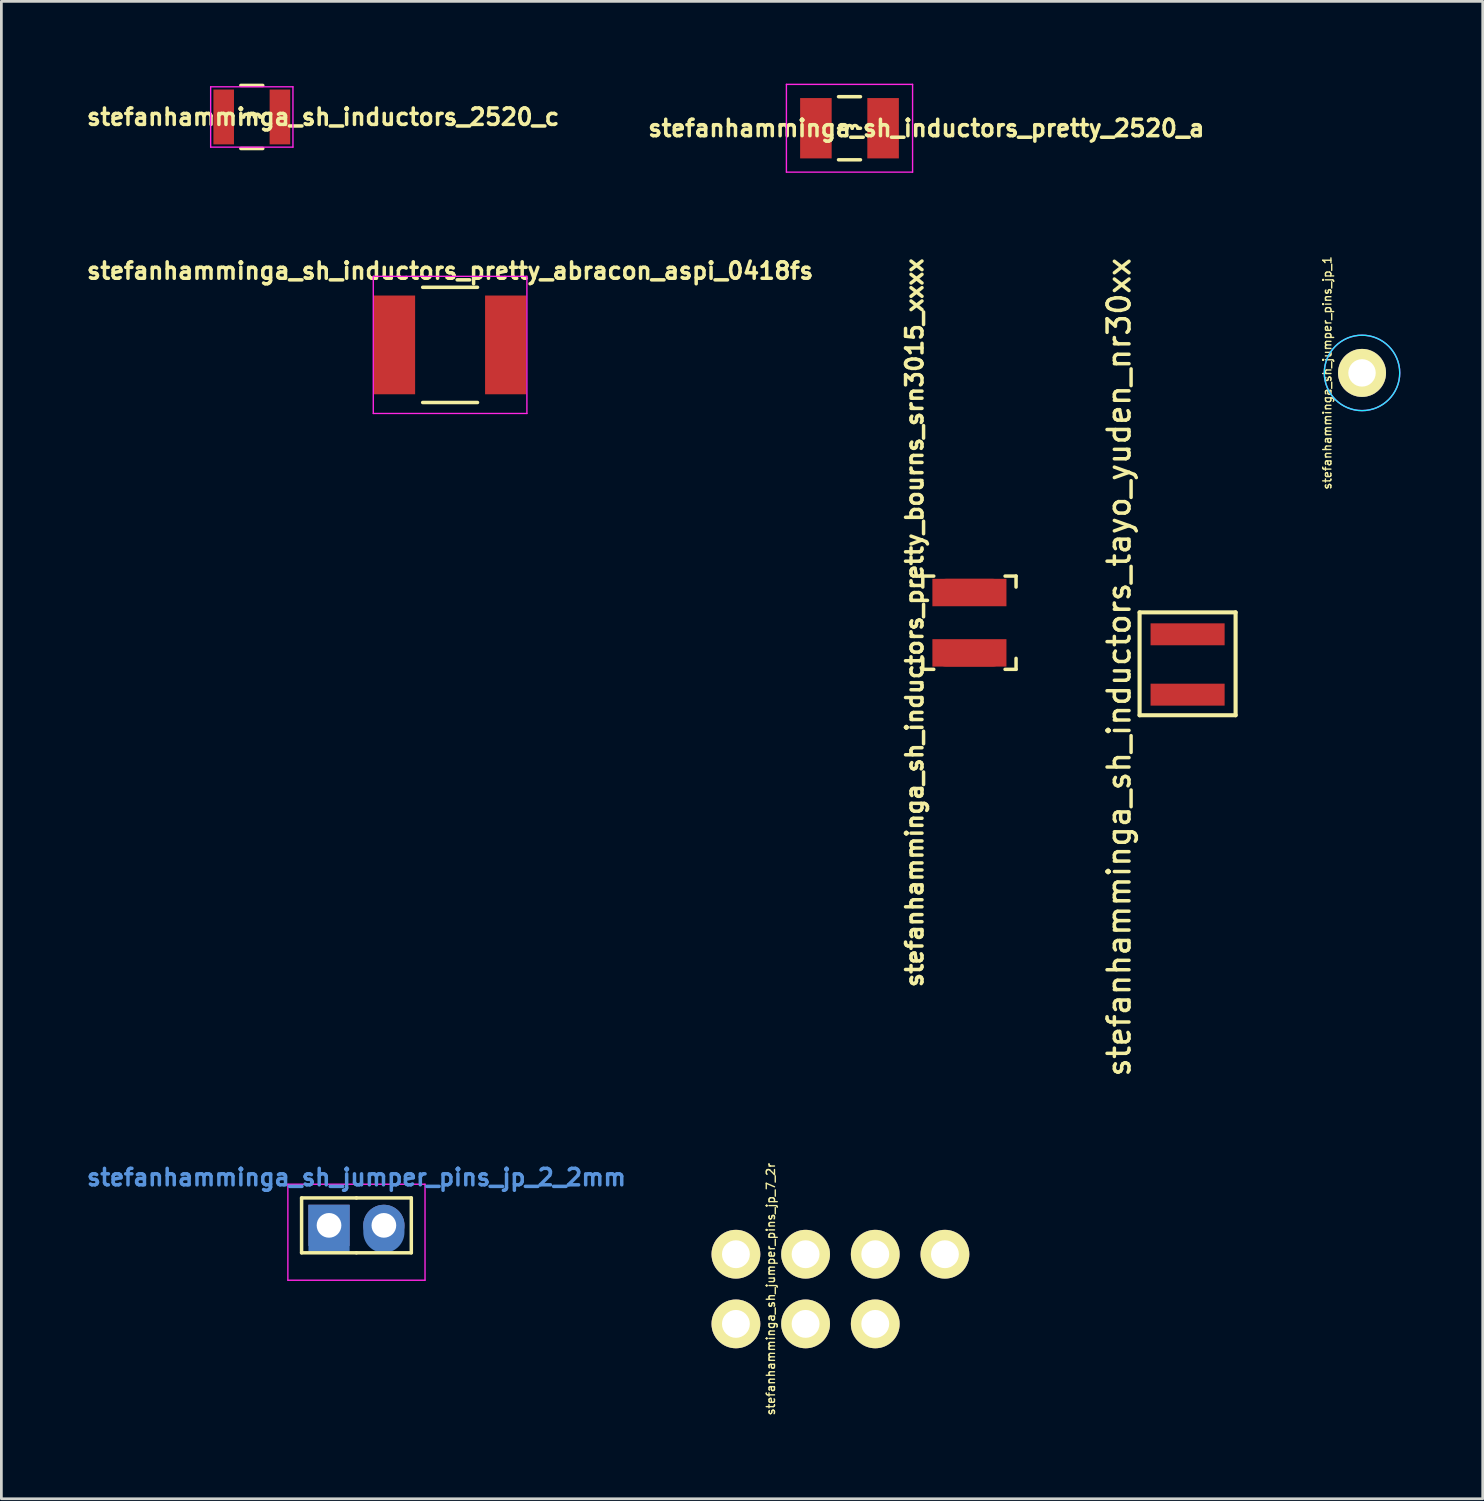
<source format=kicad_pcb>
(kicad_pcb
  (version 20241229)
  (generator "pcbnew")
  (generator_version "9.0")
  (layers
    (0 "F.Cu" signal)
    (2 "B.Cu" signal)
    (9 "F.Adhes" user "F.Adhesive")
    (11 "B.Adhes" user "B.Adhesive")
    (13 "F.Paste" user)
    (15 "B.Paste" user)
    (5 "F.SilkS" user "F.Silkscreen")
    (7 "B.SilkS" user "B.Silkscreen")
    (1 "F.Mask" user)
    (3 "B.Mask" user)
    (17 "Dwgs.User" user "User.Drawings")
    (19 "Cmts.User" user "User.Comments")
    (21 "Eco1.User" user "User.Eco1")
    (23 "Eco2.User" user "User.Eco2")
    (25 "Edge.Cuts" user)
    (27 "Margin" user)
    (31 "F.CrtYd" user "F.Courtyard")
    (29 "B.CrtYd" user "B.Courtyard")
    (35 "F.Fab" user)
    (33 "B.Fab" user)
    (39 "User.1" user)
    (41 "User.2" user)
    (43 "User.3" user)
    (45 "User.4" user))
  (footprint "stefanhamminga_sh_inductors_pretty_bourns_srn3015_xxxx"
    (layer "F.Cu")
    (at 32.292 19.652)
    (property "Reference" "stefanhamminga_sh_inductors_pretty_bourns_srn3015_xxxx" (at -2 0 90) (layer "F.SilkS") (effects (font (size 0.6 0.6) (thickness 0.127))))
    (attr smd)
    (fp_line (start -1.7 -1.7) (end -1.3 -1.7) (stroke (width 0.127) (type solid)) (layer "F.SilkS"))
    (fp_line (start -1.7 -1.3) (end -1.7 -1.7) (stroke (width 0.127) (type solid)) (layer "F.SilkS"))
    (fp_line (start -1.7 1.7) (end -1.7 1.3) (stroke (width 0.127) (type solid)) (layer "F.SilkS"))
    (fp_line (start -1.7 1.7) (end -1.3 1.7) (stroke (width 0.127) (type solid)) (layer "F.SilkS"))
    (fp_line (start 1.3 -1.7) (end 1.7 -1.7) (stroke (width 0.127) (type solid)) (layer "F.SilkS"))
    (fp_line (start 1.7 -1.7) (end 1.7 -1.3) (stroke (width 0.127) (type solid)) (layer "F.SilkS"))
    (fp_line (start 1.7 1.7) (end 1.3 1.7) (stroke (width 0.127) (type solid)) (layer "F.SilkS"))
    (fp_line (start 1.7 1.7) (end 1.7 1.3) (stroke (width 0.127) (type solid)) (layer "F.SilkS"))
    (pad "1" smd rect (at 0 1.1) (size 2.7 1) (layers "F.Cu" "F.Mask"))
    (pad "1" smd oval (at 0 1.2) (size 2.5 0.8) (layers "F.Cu" "F.Paste"))
    (pad "2" smd oval (at 0 -1.2) (size 2.5 0.8) (layers "F.Cu" "F.Paste"))
    (pad "2" smd rect (at 0 -1.1) (size 2.7 1) (layers "F.Cu" "F.Mask")))
  (footprint "stefanhamminga_sh_inductors_pretty_2520_a"
    (layer "F.Cu")
    (at 27.92 1.625)
    (property "Reference" "stefanhamminga_sh_inductors_pretty_2520_a" (at 2.8 0 0) (layer "F.SilkS") (effects (font (size 0.6 0.6) (thickness 0.127))))
    (attr smd)
    (fp_line (start -0.4 -1.15) (end 0.4 -1.15) (stroke (width 0.127) (type solid)) (layer "F.SilkS"))
    (fp_line (start -0.4 1.15) (end 0.4 1.15) (stroke (width 0.127) (type solid)) (layer "F.SilkS"))
    (fp_line (start -0.3 0) (end -0.4 0) (stroke (width 0.127) (type solid)) (layer "F.SilkS"))
    (fp_line (start 0.3 0) (end 0.4 0) (stroke (width 0.127) (type solid)) (layer "F.SilkS"))
    (fp_arc (start -0.3 0) (mid -0.2 -0.1) (end -0.1 0) (stroke (width 0.127) (type solid)) (layer "F.SilkS"))
    (fp_arc (start -0.1 0) (mid 0 -0.1) (end 0.1 0) (stroke (width 0.127) (type solid)) (layer "F.SilkS"))
    (fp_arc (start 0.1 0) (mid 0.2 -0.1) (end 0.3 0) (stroke (width 0.127) (type solid)) (layer "F.SilkS"))
    (fp_line (start -2.3 -1.6) (end 2.3 -1.6) (stroke (width 0.05) (type solid)) (layer "F.CrtYd"))
    (fp_line (start -2.3 1.6) (end -2.3 -1.6) (stroke (width 0.05) (type solid)) (layer "F.CrtYd"))
    (fp_line (start 2.3 -1.6) (end 2.3 1.6) (stroke (width 0.05) (type solid)) (layer "F.CrtYd"))
    (fp_line (start 2.3 1.6) (end -2.3 1.6) (stroke (width 0.05) (type solid)) (layer "F.CrtYd"))
    (pad "1" smd rect (at -1.225 0) (size 1.15 2.2) (layers "F.Cu" "F.Mask" "F.Paste"))
    (pad "2" smd rect (at 1.225 0) (size 1.15 2.2) (layers "F.Cu" "F.Mask" "F.Paste")))
  (footprint "stefanhamminga_sh_inductors_2520_c"
    (layer "F.Cu")
    (at 6.13 1.214)
    (property "Reference" "stefanhamminga_sh_inductors_2520_c" (at 2.6 0 0) (layer "F.SilkS") (effects (font (size 0.6 0.6) (thickness 0.127))))
    (attr smd)
    (fp_line (start -0.4 -1.15) (end 0.4 -1.15) (stroke (width 0.127) (type solid)) (layer "F.SilkS"))
    (fp_line (start -0.4 1.15) (end 0.4 1.15) (stroke (width 0.127) (type solid)) (layer "F.SilkS"))
    (fp_line (start -0.3 0) (end -0.4 0) (stroke (width 0.127) (type solid)) (layer "F.SilkS"))
    (fp_line (start 0.3 0) (end 0.4 0) (stroke (width 0.127) (type solid)) (layer "F.SilkS"))
    (fp_arc (start -0.3 0) (mid -0.2 -0.1) (end -0.1 0) (stroke (width 0.127) (type solid)) (layer "F.SilkS"))
    (fp_arc (start -0.1 0) (mid 0 -0.1) (end 0.1 0) (stroke (width 0.127) (type solid)) (layer "F.SilkS"))
    (fp_arc (start 0.1 0) (mid 0.2 -0.1) (end 0.3 0) (stroke (width 0.127) (type solid)) (layer "F.SilkS"))
    (fp_line (start -1.5 -1.1) (end 1.5 -1.1) (stroke (width 0.05) (type solid)) (layer "F.CrtYd"))
    (fp_line (start -1.5 1.1) (end -1.5 -1.1) (stroke (width 0.05) (type solid)) (layer "F.CrtYd"))
    (fp_line (start 1.5 -1.1) (end 1.5 1.1) (stroke (width 0.05) (type solid)) (layer "F.CrtYd"))
    (fp_line (start 1.5 1.1) (end -1.5 1.1) (stroke (width 0.05) (type solid)) (layer "F.CrtYd"))
    (pad "1" smd rect (at -1.025 0) (size 0.75 2) (layers "F.Cu" "F.Mask" "F.Paste"))
    (pad "2" smd rect (at 1.025 0) (size 0.75 2) (layers "F.Cu" "F.Mask" "F.Paste")))
  (footprint "stefanhamminga_sh_jumper_pins_jp_2_2mm"
    (layer "F.Cu")
    (at 9.945 41.623)
    (property "Reference" "stefanhamminga_sh_jumper_pins_jp_2_2mm" (at 0 -1.75 0) (layer "Cmts.User") (effects (font (size 0.6 0.6) (thickness 0.127))))
    (attr through_hole)
    (fp_line (start -2 -1) (end 0 -1) (stroke (width 0.127) (type solid)) (layer "F.SilkS"))
    (fp_line (start -2 1) (end -2 -1) (stroke (width 0.127) (type solid)) (layer "F.SilkS"))
    (fp_line (start 0 1) (end -2 1) (stroke (width 0.127) (type solid)) (layer "F.SilkS"))
    (fp_line (start 0 1) (end 2 1) (stroke (width 0.127) (type solid)) (layer "F.SilkS"))
    (fp_line (start 2 -1) (end 0 -1) (stroke (width 0.127) (type solid)) (layer "F.SilkS"))
    (fp_line (start 2 -1) (end 2 1) (stroke (width 0.127) (type solid)) (layer "F.SilkS"))
    (fp_line (start -2.5 2) (end -2.5 -1.5) (stroke (width 0.05) (type solid)) (layer "F.CrtYd"))
    (fp_line (start 2.5 -1.5) (end -2.5 -1.5) (stroke (width 0.05) (type solid)) (layer "F.CrtYd"))
    (fp_line (start 2.5 -1.5) (end 2.5 2) (stroke (width 0.05) (type solid)) (layer "F.CrtYd"))
    (fp_line (start 2.5 2) (end -2.5 2) (stroke (width 0.05) (type solid)) (layer "F.CrtYd"))
    (pad "1" thru_hole rect (at -1 0) (size 1.5 1.5) (drill 0.9) (layers "*.Cu" "*.Mask"))
    (pad "1" connect rect (at -1 0.125) (size 1.5 1.75) (layers "B.Cu" "B.Mask"))
    (pad "2" thru_hole circle (at 1 0) (size 1.5 1.5) (drill 0.9) (layers "*.Cu" "*.Mask"))
    (pad "2" connect oval (at 1 0.125) (size 1.5 1.75) (layers "B.Cu" "B.Mask")))
  (footprint "stefanhamminga_sh_jumper_pins_jp_1"
    (layer "F.Cu")
    (at 46.605 10.545)
    (property "Reference" "stefanhamminga_sh_jumper_pins_jp_1" (at -1.27 0 90) (layer "F.SilkS") (effects (font (size 0.3 0.3) (thickness 0.05))))
    (attr through_hole)
    (fp_circle (center 0 0) (end 1.375 0) (stroke (width 0.05) (type solid)) (fill no) (layer "B.CrtYd"))
    (fp_circle (center 0 0) (end 1.375 0) (stroke (width 0.05) (type solid)) (fill no) (layer "F.CrtYd"))
    (pad "1" thru_hole circle (at 0 0) (size 1.75 1.75) (drill 1) (layers "*.Cu" "*.Mask" "F.SilkS")))
  (footprint "stefanhamminga_sh_inductors_pretty_abracon_aspi_0418fs"
    (layer "F.Cu")
    (at 13.359 9.524)
    (property "Reference" "stefanhamminga_sh_inductors_pretty_abracon_aspi_0418fs" (at 0 -2.7 0) (layer "F.SilkS") (effects (font (size 0.6 0.6) (thickness 0.127))))
    (attr smd)
    (fp_line (start -1 -2.1) (end 1 -2.1) (stroke (width 0.127) (type solid)) (layer "F.SilkS"))
    (fp_line (start -1 2.1) (end 1 2.1) (stroke (width 0.127) (type solid)) (layer "F.SilkS"))
    (fp_line (start -2.8 -2.5) (end -2.8 2.5) (stroke (width 0.05) (type solid)) (layer "F.CrtYd"))
    (fp_line (start -2.8 2.5) (end 2.8 2.5) (stroke (width 0.05) (type solid)) (layer "F.CrtYd"))
    (fp_line (start 2.8 -2.5) (end -2.8 -2.5) (stroke (width 0.05) (type solid)) (layer "F.CrtYd"))
    (fp_line (start 2.8 2.5) (end 2.8 -2.5) (stroke (width 0.05) (type solid)) (layer "F.CrtYd"))
    (pad "1" smd rect (at -2.025 0) (size 1.5 3.6) (layers "F.Cu" "F.Mask" "F.Paste"))
    (pad "2" smd rect (at 2.025 0) (size 1.5 3.6) (layers "F.Cu" "F.Mask" "F.Paste")))
  (footprint "stefanhamminga_sh_inductors_tayo_yuden_nr30xx"
    (layer "F.Cu")
    (at 40.246 22.275)
    (property "Reference" "stefanhamminga_sh_inductors_tayo_yuden_nr30xx" (at -2.5 -1 270) (layer "F.SilkS") (effects (font (size 0.8 0.8) (thickness 0.127))))
    (attr smd)
    (fp_line (start -1.75 -3) (end 1.75 -3) (stroke (width 0.15) (type solid)) (layer "F.SilkS"))
    (fp_line (start -1.75 0.75) (end -1.75 -3) (stroke (width 0.15) (type solid)) (layer "F.SilkS"))
    (fp_line (start 1.75 -3) (end 1.75 0.75) (stroke (width 0.15) (type solid)) (layer "F.SilkS"))
    (fp_line (start 1.75 0.75) (end -1.75 0.75) (stroke (width 0.15) (type solid)) (layer "F.SilkS"))
    (pad "1" smd rect (at 0 0) (size 2.7 0.8) (layers "F.Cu" "F.Mask" "F.Paste"))
    (pad "2" smd rect (at 0 -2.2 180) (size 2.7 0.8) (layers "F.Cu" "F.Mask" "F.Paste")))
  (footprint "stefanhamminga_sh_jumper_pins_jp_7_2r"
    (layer "F.Cu")
    (at 27.589 42.675)
    (property "Reference" "stefanhamminga_sh_jumper_pins_jp_7_2r" (at -2.54 1.27 90) (layer "F.SilkS") (effects (font (size 0.3 0.3) (thickness 0.05))))
    (attr through_hole)
    (pad "1" thru_hole circle (at -3.81 0) (size 1.778 1.778) (drill 1.016) (layers "*.Cu" "*.Mask" "F.SilkS"))
    (pad "2" thru_hole circle (at -1.27 0) (size 1.778 1.778) (drill 1.016) (layers "*.Cu" "*.Mask" "F.SilkS"))
    (pad "3" thru_hole circle (at 1.27 0) (size 1.778 1.778) (drill 1.016) (layers "*.Cu" "*.Mask" "F.SilkS"))
    (pad "4" thru_hole circle (at 3.81 0) (size 1.778 1.778) (drill 1.016) (layers "*.Cu" "*.Mask" "F.SilkS"))
    (pad "5" thru_hole circle (at -3.81 2.54) (size 1.778 1.778) (drill 1.016) (layers "*.Cu" "*.Mask" "F.SilkS"))
    (pad "6" thru_hole circle (at -1.27 2.54) (size 1.778 1.778) (drill 1.016) (layers "*.Cu" "*.Mask" "F.SilkS"))
    (pad "7" thru_hole circle (at 1.27 2.54) (size 1.778 1.778) (drill 1.016) (layers "*.Cu" "*.Mask" "F.SilkS")))
  (gr_rect
    (start -3 -3)
    (end 51.005 51.59)
    (stroke (width 0.1) (type default))
    (fill no)
    (layer "Edge.Cuts")))
</source>
